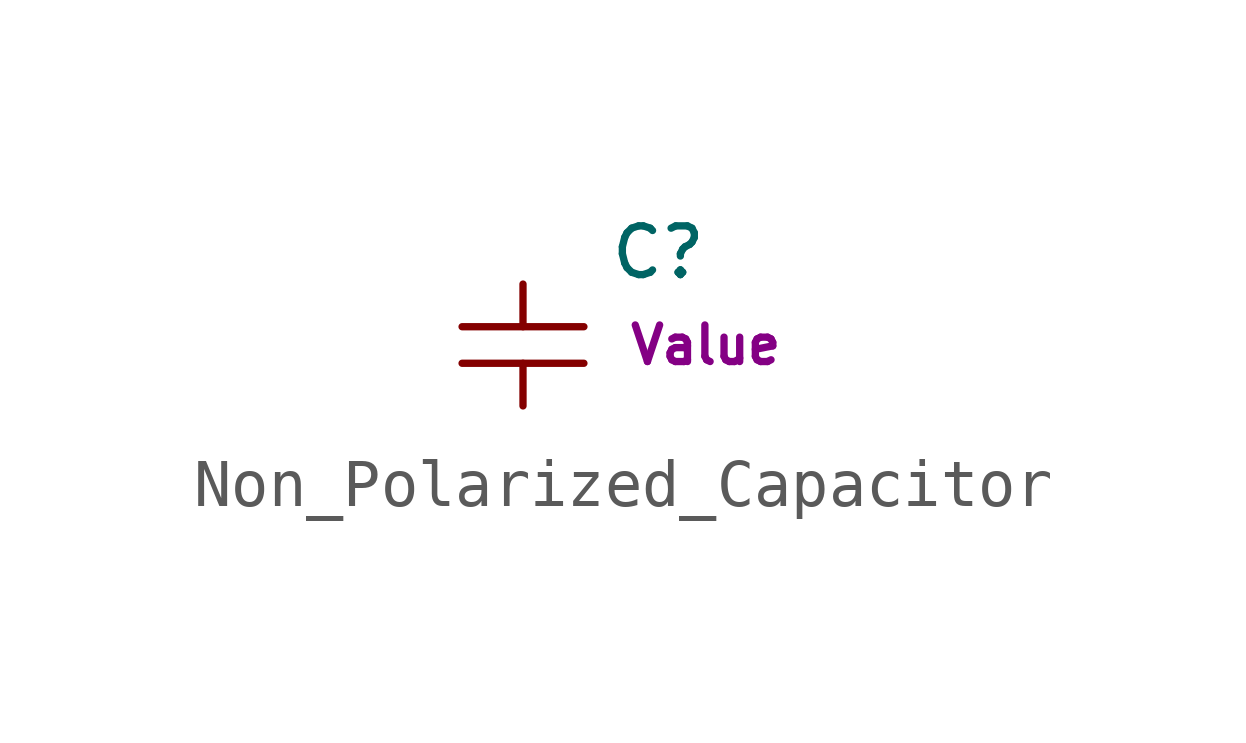
<source format=kicad_sym>
(kicad_symbol_lib
  (version 20211014)
  (generator kicad_symbol_editor)
  (symbol "Non_Polarized_Capacitor"
    (pin_numbers hide)
    (pin_names
      (offset 0.254) hide)
    (property "Reference" "C"
      (at 1.778 1.93 0)
      (effects (font (size 1.016 1.016)) (justify left)))
    (property "Footprint" ""
      (at 0 0 0)
      (effects (font (size 1.524 1.524))))
    (property "Datasheet" ""
      (at 0 0 0)
      (effects (font (size 1.524 1.524))))
    (property "Unit" "Value"
      (at 3.81 0 0)
      (effects (font (size 0.762 0.762))))
    (symbol "Non_Polarized_Capacitor_0_1"
      (polyline (pts (xy -1.27 -0.381) (xy 1.27 -0.381)) (stroke (width 0) (type default) (color 0 0 0 0)) (fill (type none)))
      (polyline (pts (xy -1.27 0.381) (xy 1.27 0.381)) (stroke (width 0) (type default) (color 0 0 0 0)) (fill (type none))))
    (symbol "Non_Polarized_Capacitor_1_1"
      (pin passive line (at 0 1.27 270) (length 0.889) (name "~" (effects (font (size 1.016 1.016)))) (number "1" (effects (font (size 1.016 1.016)))))
      (pin passive line (at 0 -1.27 90) (length 0.889) (name "~" (effects (font (size 1.016 1.016)))) (number "2" (effects (font (size 1.016 1.016))))))))
</source>
